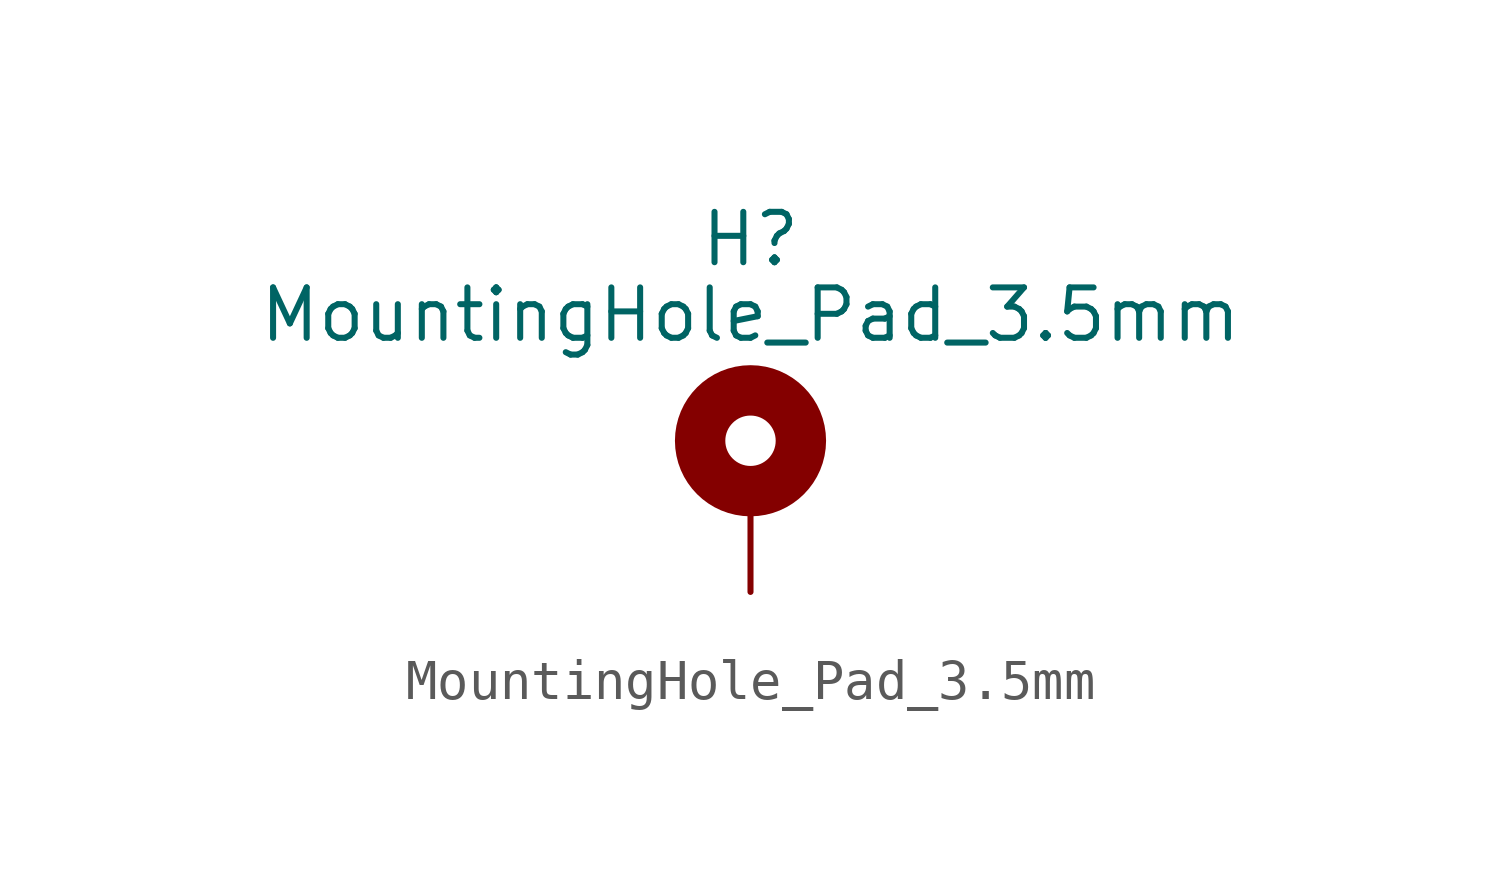
<source format=kicad_sym>
(kicad_symbol_lib
  (version 20220914)
  (generator kicad_symbol_editor)
  (symbol "MountingHole_Pad_3.5mm"
    (pin_numbers hide)
    (pin_names
      (offset 1.016) hide)
    (property "Reference" "H"
      (at 0 6.35 0)
      (effects (font (size 1.27 1.27))))
    (property "Value" "MountingHole_Pad_3.5mm"
      (at 0 4.445 0)
      (effects (font (size 1.27 1.27))))
    (symbol "MountingHole_Pad_3.5mm_0_1"
      (circle (center 0 1.27) (radius 1.27) (stroke (width 1.27) (type default)) (fill (type none))))
    (symbol "MountingHole_Pad_3.5mm_1_1"
      (pin input line (at 0 -2.54 90) (length 2.54) (name "1" (effects (font (size 1.27 1.27)))) (number "1" (effects (font (size 1.27 1.27))))))))
</source>
